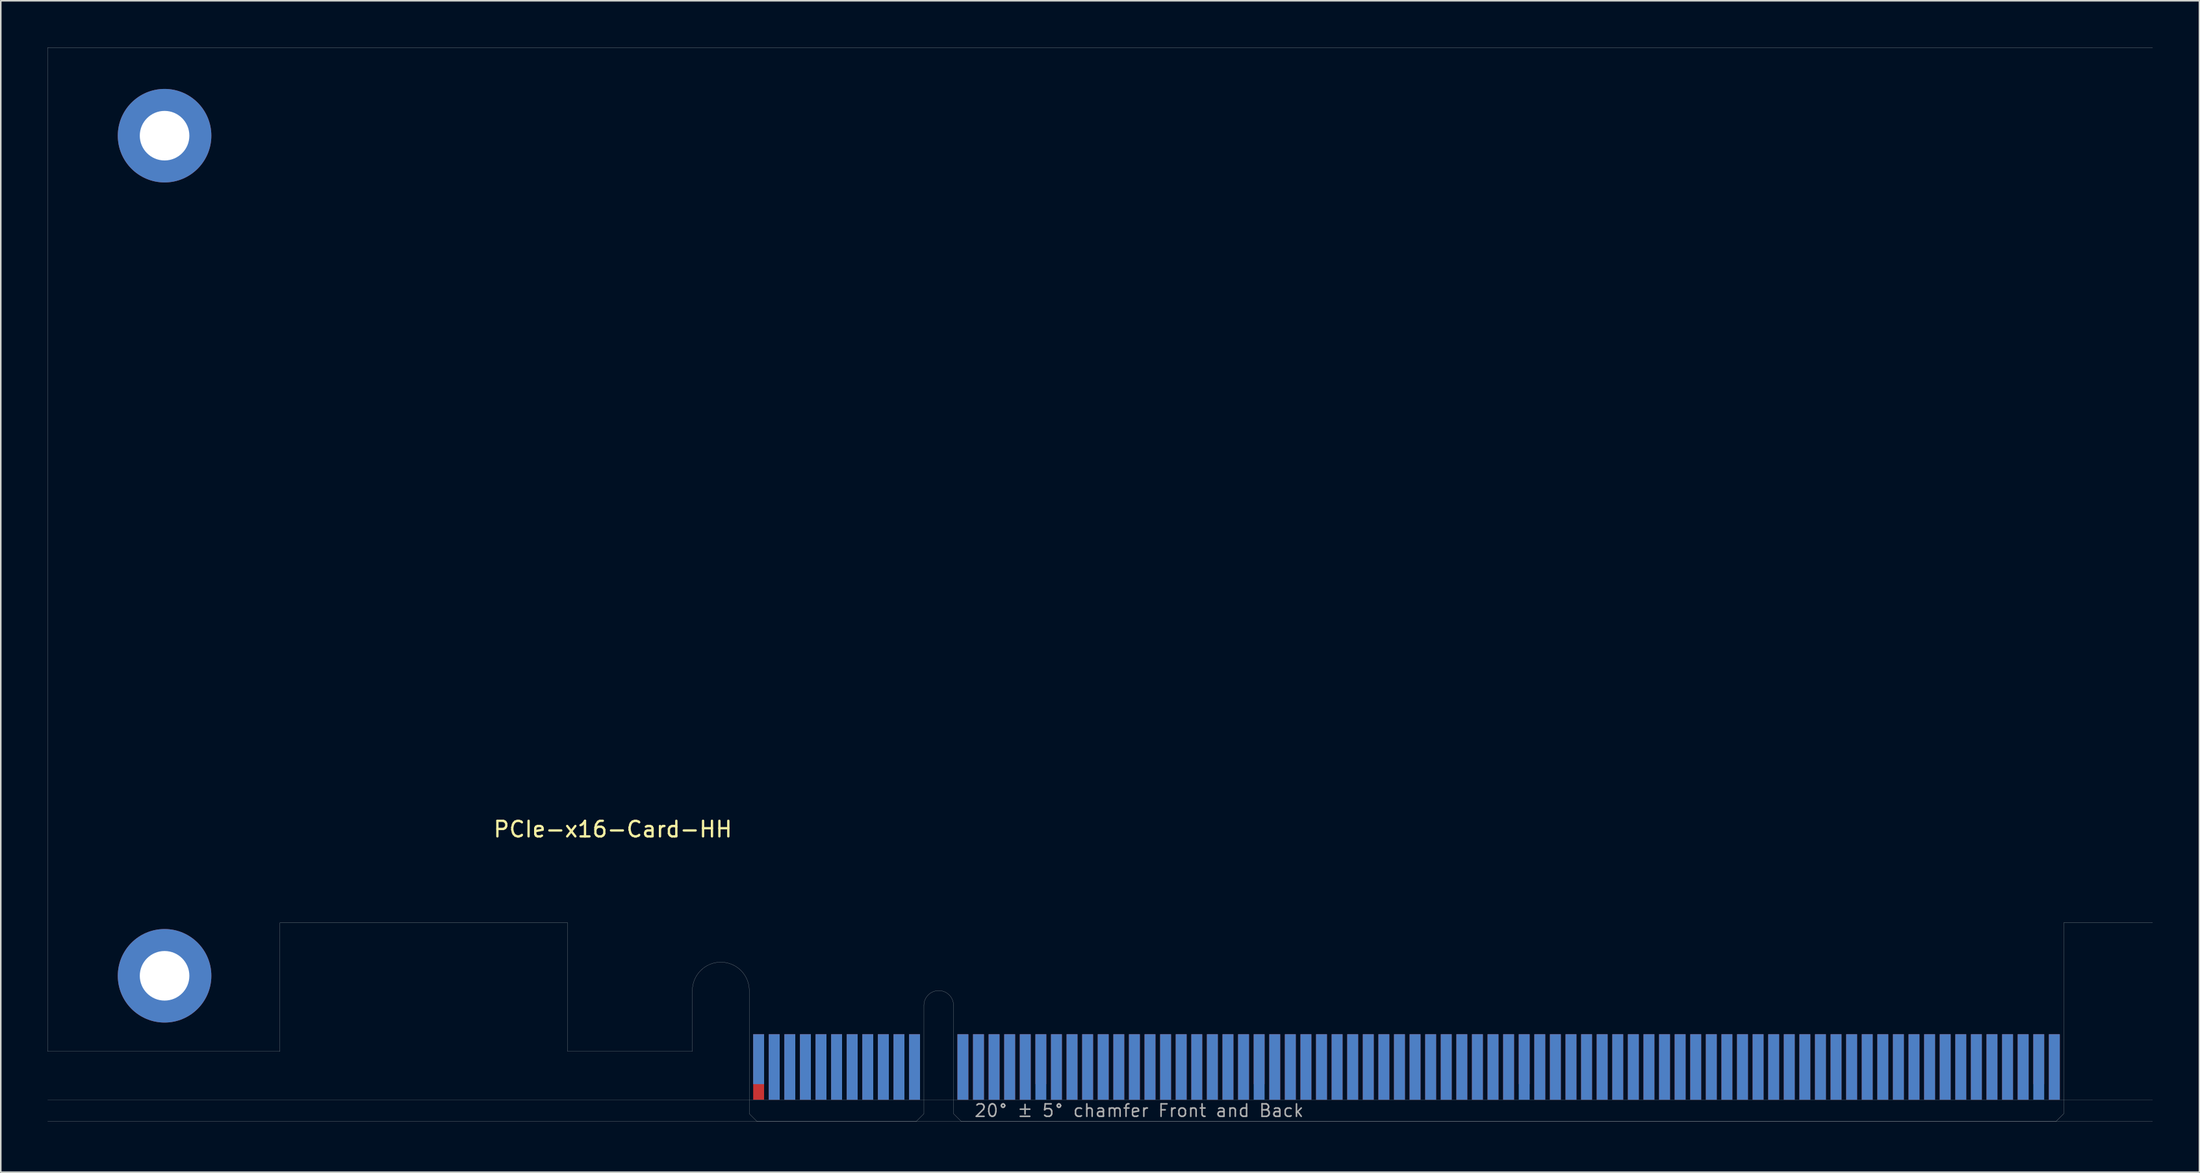
<source format=kicad_pcb>
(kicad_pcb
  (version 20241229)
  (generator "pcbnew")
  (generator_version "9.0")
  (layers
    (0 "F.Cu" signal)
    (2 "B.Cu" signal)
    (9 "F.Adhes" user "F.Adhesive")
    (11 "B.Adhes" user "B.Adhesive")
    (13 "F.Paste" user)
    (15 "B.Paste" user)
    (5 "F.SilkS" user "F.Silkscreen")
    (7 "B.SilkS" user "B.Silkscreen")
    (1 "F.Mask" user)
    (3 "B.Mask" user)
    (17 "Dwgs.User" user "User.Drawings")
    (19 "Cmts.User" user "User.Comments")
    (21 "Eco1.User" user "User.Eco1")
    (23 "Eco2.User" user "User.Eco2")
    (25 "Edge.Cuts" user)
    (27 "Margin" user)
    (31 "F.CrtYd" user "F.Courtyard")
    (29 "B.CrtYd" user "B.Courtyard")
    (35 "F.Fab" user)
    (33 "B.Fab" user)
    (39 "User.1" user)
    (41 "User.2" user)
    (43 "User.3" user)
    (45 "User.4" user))
  (footprint "PCIe-x16-Card-HH"
    (layer "F.Cu")
    (at 45.005 68.905)
    (property "Reference" "PCIe-x16-Card-HH" (at -8.75 -18.75 0) (layer "F.SilkS") (effects (font (size 1 1) (thickness 0.15))))
    (attr smd)
    (fp_poly (pts (xy -3.65 -4.5) (xy -11.65 -4.5) (xy -11.65 -7.95) (xy -3.65 -7.95)) (stroke (width 0.1) (type solid)) (fill yes) (layer "F.Mask"))
    (fp_poly (pts (xy 11.2 -5.45) (xy 0 -5.45) (xy 0 0) (xy 11.2 0)) (stroke (width 0.1) (type solid)) (fill yes) (layer "F.Mask"))
    (fp_poly (pts (xy 84.3 -5.45) (xy 13.1 -5.45) (xy 13.1 0) (xy 84.3 0)) (stroke (width 0.1) (type solid)) (fill yes) (layer "F.Mask"))
    (fp_poly (pts (xy -3.65 -7.95) (xy -11.65 -7.95) (xy -11.65 -4.5) (xy -3.65 -4.5)) (stroke (width 0.1) (type solid)) (fill yes) (layer "B.Mask"))
    (fp_poly (pts (xy 11.2 0) (xy 0 0) (xy 0 -5.45) (xy 11.2 -5.45)) (stroke (width 0.1) (type solid)) (fill yes) (layer "B.Mask"))
    (fp_poly (pts (xy 84.3 -5.45) (xy 13.1 -5.45) (xy 13.1 0) (xy 84.3 0)) (stroke (width 0.1) (type solid)) (fill yes) (layer "B.Mask"))
    (fp_line (start -45 -68.9) (end 90 -68.9) (stroke (width 0.01) (type solid)) (layer "Edge.Cuts"))
    (fp_line (start -45 -4.5) (end -45 -68.9) (stroke (width 0.01) (type solid)) (layer "Edge.Cuts"))
    (fp_line (start -30.1 -12.75) (end -30.1 -4.5) (stroke (width 0.01) (type solid)) (layer "Edge.Cuts"))
    (fp_line (start -30.1 -4.5) (end -45 -4.5) (stroke (width 0.01) (type solid)) (layer "Edge.Cuts"))
    (fp_line (start -11.65 -12.75) (end -30.1 -12.75) (stroke (width 0.01) (type solid)) (layer "Edge.Cuts"))
    (fp_line (start -11.65 -4.5) (end -11.65 -12.75) (stroke (width 0.01) (type solid)) (layer "Edge.Cuts"))
    (fp_line (start -3.65 -4.5) (end -11.65 -4.5) (stroke (width 0.01) (type solid)) (layer "Edge.Cuts"))
    (fp_line (start -3.65 -4.5) (end -3.65 -8.4) (stroke (width 0.01) (type solid)) (layer "Edge.Cuts"))
    (fp_line (start 0 -0.5) (end 0 -8.4) (stroke (width 0.01) (type solid)) (layer "Edge.Cuts"))
    (fp_line (start 0.5 0) (end 0 -0.5) (stroke (width 0.01) (type solid)) (layer "Edge.Cuts"))
    (fp_line (start 0.5 0) (end 10.7 0) (stroke (width 0.01) (type solid)) (layer "Edge.Cuts"))
    (fp_line (start 10.7 0) (end 11.2 -0.5) (stroke (width 0.01) (type solid)) (layer "Edge.Cuts"))
    (fp_line (start 11.2 -0.5) (end 11.2 -7.45) (stroke (width 0.01) (type solid)) (layer "Edge.Cuts"))
    (fp_line (start 13.1 -0.5) (end 13.1 -7.45) (stroke (width 0.01) (type solid)) (layer "Edge.Cuts"))
    (fp_line (start 13.6 0) (end 13.1 -0.5) (stroke (width 0.01) (type solid)) (layer "Edge.Cuts"))
    (fp_line (start 83.8 0) (end 13.6 0) (stroke (width 0.01) (type solid)) (layer "Edge.Cuts"))
    (fp_line (start 83.8 0) (end 84.3 -0.5) (stroke (width 0.01) (type solid)) (layer "Edge.Cuts"))
    (fp_line (start 84.3 -12.75) (end 90 -12.75) (stroke (width 0.01) (type solid)) (layer "Edge.Cuts"))
    (fp_line (start 84.3 -0.5) (end 84.3 -12.75) (stroke (width 0.01) (type solid)) (layer "Edge.Cuts"))
    (fp_arc (start -3.65 -8.4) (mid -1.825 -10.225) (end 0 -8.4) (stroke (width 0.01) (type solid)) (layer "Edge.Cuts"))
    (fp_arc (start 11.2 -7.45) (mid 12.15 -8.4) (end 13.1 -7.45) (stroke (width 0.01) (type solid)) (layer "Edge.Cuts"))
    (fp_line (start -45 -1.4) (end 90 -1.4) (stroke (width 0.01) (type solid)) (layer "F.Fab"))
    (fp_line (start -45 0) (end 90 0) (stroke (width 0.01) (type solid)) (layer "F.Fab"))
    (fp_text user "20° ± 5° chamfer Front and Back" (at 25 -0.7 0) (layer "F.Fab") (effects (font (size 0.8 0.8) (thickness 0.1))))
    (pad "A1" smd rect (at 0.6 -4) (size 0.7 3.2) (layers "B.Cu"))
    (pad "A2" smd rect (at 1.6 -3.5) (size 0.7 4.2) (layers "B.Cu"))
    (pad "A3" smd rect (at 2.6 -3.5) (size 0.7 4.2) (layers "B.Cu"))
    (pad "A4" smd rect (at 3.6 -3.5) (size 0.7 4.2) (layers "B.Cu"))
    (pad "A5" smd rect (at 4.6 -3.5) (size 0.7 4.2) (layers "B.Cu"))
    (pad "A6" smd rect (at 5.6 -3.5) (size 0.7 4.2) (layers "B.Cu"))
    (pad "A7" smd rect (at 6.6 -3.5) (size 0.7 4.2) (layers "B.Cu"))
    (pad "A8" smd rect (at 7.6 -3.5) (size 0.7 4.2) (layers "B.Cu"))
    (pad "A9" smd rect (at 8.6 -3.5) (size 0.7 4.2) (layers "B.Cu"))
    (pad "A10" smd rect (at 9.6 -3.5) (size 0.7 4.2) (layers "B.Cu"))
    (pad "A11" smd rect (at 10.6 -3.5) (size 0.7 4.2) (layers "B.Cu"))
    (pad "A12" smd rect (at 13.7 -3.5) (size 0.7 4.2) (layers "B.Cu"))
    (pad "A13" smd rect (at 14.7 -3.5) (size 0.7 4.2) (layers "B.Cu"))
    (pad "A14" smd rect (at 15.7 -3.5) (size 0.7 4.2) (layers "B.Cu"))
    (pad "A15" smd rect (at 16.7 -3.5) (size 0.7 4.2) (layers "B.Cu"))
    (pad "A16" smd rect (at 17.7 -3.5) (size 0.7 4.2) (layers "B.Cu"))
    (pad "A17" smd rect (at 18.7 -3.5) (size 0.7 4.2) (layers "B.Cu"))
    (pad "A18" smd rect (at 19.7 -3.5) (size 0.7 4.2) (layers "B.Cu"))
    (pad "A19" smd rect (at 20.7 -3.5) (size 0.7 4.2) (layers "B.Cu"))
    (pad "A20" smd rect (at 21.7 -3.5) (size 0.7 4.2) (layers "B.Cu"))
    (pad "A21" smd rect (at 22.7 -3.5) (size 0.7 4.2) (layers "B.Cu"))
    (pad "A22" smd rect (at 23.7 -3.5) (size 0.7 4.2) (layers "B.Cu"))
    (pad "A23" smd rect (at 24.7 -3.5) (size 0.7 4.2) (layers "B.Cu"))
    (pad "A24" smd rect (at 25.7 -3.5) (size 0.7 4.2) (layers "B.Cu"))
    (pad "A25" smd rect (at 26.7 -3.5) (size 0.7 4.2) (layers "B.Cu"))
    (pad "A26" smd rect (at 27.7 -3.5) (size 0.7 4.2) (layers "B.Cu"))
    (pad "A27" smd rect (at 28.7 -3.5) (size 0.7 4.2) (layers "B.Cu"))
    (pad "A28" smd rect (at 29.7 -3.5) (size 0.7 4.2) (layers "B.Cu"))
    (pad "A29" smd rect (at 30.7 -3.5) (size 0.7 4.2) (layers "B.Cu"))
    (pad "A30" smd rect (at 31.7 -3.5) (size 0.7 4.2) (layers "B.Cu"))
    (pad "A31" smd rect (at 32.7 -3.5) (size 0.7 4.2) (layers "B.Cu"))
    (pad "A32" smd rect (at 33.7 -3.5) (size 0.7 4.2) (layers "B.Cu"))
    (pad "A33" smd rect (at 34.7 -3.5) (size 0.7 4.2) (layers "B.Cu"))
    (pad "A34" smd rect (at 35.7 -3.5) (size 0.7 4.2) (layers "B.Cu"))
    (pad "A35" smd rect (at 36.7 -3.5) (size 0.7 4.2) (layers "B.Cu"))
    (pad "A36" smd rect (at 37.7 -3.5) (size 0.7 4.2) (layers "B.Cu"))
    (pad "A37" smd rect (at 38.7 -3.5) (size 0.7 4.2) (layers "B.Cu"))
    (pad "A38" smd rect (at 39.7 -3.5) (size 0.7 4.2) (layers "B.Cu"))
    (pad "A39" smd rect (at 40.7 -3.5) (size 0.7 4.2) (layers "B.Cu"))
    (pad "A40" smd rect (at 41.7 -3.5) (size 0.7 4.2) (layers "B.Cu"))
    (pad "A41" smd rect (at 42.7 -3.5) (size 0.7 4.2) (layers "B.Cu"))
    (pad "A42" smd rect (at 43.7 -3.5) (size 0.7 4.2) (layers "B.Cu"))
    (pad "A43" smd rect (at 44.7 -3.5) (size 0.7 4.2) (layers "B.Cu"))
    (pad "A44" smd rect (at 45.7 -3.5) (size 0.7 4.2) (layers "B.Cu"))
    (pad "A45" smd rect (at 46.7 -3.5) (size 0.7 4.2) (layers "B.Cu"))
    (pad "A46" smd rect (at 47.7 -3.5) (size 0.7 4.2) (layers "B.Cu"))
    (pad "A47" smd rect (at 48.7 -3.5) (size 0.7 4.2) (layers "B.Cu"))
    (pad "A48" smd rect (at 49.7 -3.5) (size 0.7 4.2) (layers "B.Cu"))
    (pad "A49" smd rect (at 50.7 -3.5) (size 0.7 4.2) (layers "B.Cu"))
    (pad "A50" smd rect (at 51.7 -3.5) (size 0.7 4.2) (layers "B.Cu"))
    (pad "A51" smd rect (at 52.7 -3.5) (size 0.7 4.2) (layers "B.Cu"))
    (pad "A52" smd rect (at 53.7 -3.5) (size 0.7 4.2) (layers "B.Cu"))
    (pad "A53" smd rect (at 54.7 -3.5) (size 0.7 4.2) (layers "B.Cu"))
    (pad "A54" smd rect (at 55.7 -3.5) (size 0.7 4.2) (layers "B.Cu"))
    (pad "A55" smd rect (at 56.7 -3.5) (size 0.7 4.2) (layers "B.Cu"))
    (pad "A56" smd rect (at 57.7 -3.5) (size 0.7 4.2) (layers "B.Cu"))
    (pad "A57" smd rect (at 58.7 -3.5) (size 0.7 4.2) (layers "B.Cu"))
    (pad "A58" smd rect (at 59.7 -3.5) (size 0.7 4.2) (layers "B.Cu"))
    (pad "A59" smd rect (at 60.7 -3.5) (size 0.7 4.2) (layers "B.Cu"))
    (pad "A60" smd rect (at 61.7 -3.5) (size 0.7 4.2) (layers "B.Cu"))
    (pad "A61" smd rect (at 62.7 -3.5) (size 0.7 4.2) (layers "B.Cu"))
    (pad "A62" smd rect (at 63.7 -3.5) (size 0.7 4.2) (layers "B.Cu"))
    (pad "A63" smd rect (at 64.7 -3.5) (size 0.7 4.2) (layers "B.Cu"))
    (pad "A64" smd rect (at 65.7 -3.5) (size 0.7 4.2) (layers "B.Cu"))
    (pad "A65" smd rect (at 66.7 -3.5) (size 0.7 4.2) (layers "B.Cu"))
    (pad "A66" smd rect (at 67.7 -3.5) (size 0.7 4.2) (layers "B.Cu"))
    (pad "A67" smd rect (at 68.7 -3.5) (size 0.7 4.2) (layers "B.Cu"))
    (pad "A68" smd rect (at 69.7 -3.5) (size 0.7 4.2) (layers "B.Cu"))
    (pad "A69" smd rect (at 70.7 -3.5) (size 0.7 4.2) (layers "B.Cu"))
    (pad "A70" smd rect (at 71.7 -3.5) (size 0.7 4.2) (layers "B.Cu"))
    (pad "A71" smd rect (at 72.7 -3.5) (size 0.7 4.2) (layers "B.Cu"))
    (pad "A72" smd rect (at 73.7 -3.5) (size 0.7 4.2) (layers "B.Cu"))
    (pad "A73" smd rect (at 74.7 -3.5) (size 0.7 4.2) (layers "B.Cu"))
    (pad "A74" smd rect (at 75.7 -3.5) (size 0.7 4.2) (layers "B.Cu"))
    (pad "A75" smd rect (at 76.7 -3.5) (size 0.7 4.2) (layers "B.Cu"))
    (pad "A76" smd rect (at 77.7 -3.5) (size 0.7 4.2) (layers "B.Cu"))
    (pad "A77" smd rect (at 78.7 -3.5) (size 0.7 4.2) (layers "B.Cu"))
    (pad "A78" smd rect (at 79.7 -3.5) (size 0.7 4.2) (layers "B.Cu"))
    (pad "A79" smd rect (at 80.7 -3.5) (size 0.7 4.2) (layers "B.Cu"))
    (pad "A80" smd rect (at 81.7 -3.5) (size 0.7 4.2) (layers "B.Cu"))
    (pad "A81" smd rect (at 82.7 -3.5) (size 0.7 4.2) (layers "B.Cu"))
    (pad "A82" smd rect (at 83.7 -3.5) (size 0.7 4.2) (layers "B.Cu"))
    (pad "B1" smd rect (at 0.6 -3.5) (size 0.7 4.2) (layers "F.Cu"))
    (pad "B2" smd rect (at 1.6 -3.5) (size 0.7 4.2) (layers "F.Cu"))
    (pad "B3" smd rect (at 2.6 -3.5) (size 0.7 4.2) (layers "F.Cu"))
    (pad "B4" smd rect (at 3.6 -3.5) (size 0.7 4.2) (layers "F.Cu"))
    (pad "B5" smd rect (at 4.6 -3.5) (size 0.7 4.2) (layers "F.Cu"))
    (pad "B6" smd rect (at 5.6 -3.5) (size 0.7 4.2) (layers "F.Cu"))
    (pad "B7" smd rect (at 6.6 -3.5) (size 0.7 4.2) (layers "F.Cu"))
    (pad "B8" smd rect (at 7.6 -3.5) (size 0.7 4.2) (layers "F.Cu"))
    (pad "B9" smd rect (at 8.6 -3.5) (size 0.7 4.2) (layers "F.Cu"))
    (pad "B10" smd rect (at 9.6 -3.5) (size 0.7 4.2) (layers "F.Cu"))
    (pad "B11" smd rect (at 10.6 -3.5) (size 0.7 4.2) (layers "F.Cu"))
    (pad "B12" smd rect (at 13.7 -3.5) (size 0.7 4.2) (layers "F.Cu"))
    (pad "B13" smd rect (at 14.7 -3.5) (size 0.7 4.2) (layers "F.Cu"))
    (pad "B14" smd rect (at 15.7 -3.5) (size 0.7 4.2) (layers "F.Cu"))
    (pad "B15" smd rect (at 16.7 -3.5) (size 0.7 4.2) (layers "F.Cu"))
    (pad "B16" smd rect (at 17.7 -3.5) (size 0.7 4.2) (layers "F.Cu"))
    (pad "B17" smd rect (at 18.7 -4) (size 0.7 3.2) (layers "F.Cu"))
    (pad "B18" smd rect (at 19.7 -3.5) (size 0.7 4.2) (layers "F.Cu"))
    (pad "B19" smd rect (at 20.7 -3.5) (size 0.7 4.2) (layers "F.Cu"))
    (pad "B20" smd rect (at 21.7 -3.5) (size 0.7 4.2) (layers "F.Cu"))
    (pad "B21" smd rect (at 22.7 -3.5) (size 0.7 4.2) (layers "F.Cu"))
    (pad "B22" smd rect (at 23.7 -3.5) (size 0.7 4.2) (layers "F.Cu"))
    (pad "B23" smd rect (at 24.7 -3.5) (size 0.7 4.2) (layers "F.Cu"))
    (pad "B24" smd rect (at 25.7 -3.5) (size 0.7 4.2) (layers "F.Cu"))
    (pad "B25" smd rect (at 26.7 -3.5) (size 0.7 4.2) (layers "F.Cu"))
    (pad "B26" smd rect (at 27.7 -3.5) (size 0.7 4.2) (layers "F.Cu"))
    (pad "B27" smd rect (at 28.7 -3.5) (size 0.7 4.2) (layers "F.Cu"))
    (pad "B28" smd rect (at 29.7 -3.5) (size 0.7 4.2) (layers "F.Cu"))
    (pad "B29" smd rect (at 30.7 -3.5) (size 0.7 4.2) (layers "F.Cu"))
    (pad "B30" smd rect (at 31.7 -3.5) (size 0.7 4.2) (layers "F.Cu"))
    (pad "B31" smd rect (at 32.7 -4) (size 0.7 3.2) (layers "F.Cu"))
    (pad "B32" smd rect (at 33.7 -3.5) (size 0.7 4.2) (layers "F.Cu"))
    (pad "B33" smd rect (at 34.7 -3.5) (size 0.7 4.2) (layers "F.Cu"))
    (pad "B34" smd rect (at 35.7 -3.5) (size 0.7 4.2) (layers "F.Cu"))
    (pad "B35" smd rect (at 36.7 -3.5) (size 0.7 4.2) (layers "F.Cu"))
    (pad "B36" smd rect (at 37.7 -3.5) (size 0.7 4.2) (layers "F.Cu"))
    (pad "B37" smd rect (at 38.7 -3.5) (size 0.7 4.2) (layers "F.Cu"))
    (pad "B38" smd rect (at 39.7 -3.5) (size 0.7 4.2) (layers "F.Cu"))
    (pad "B39" smd rect (at 40.7 -3.5) (size 0.7 4.2) (layers "F.Cu"))
    (pad "B40" smd rect (at 41.7 -3.5) (size 0.7 4.2) (layers "F.Cu"))
    (pad "B41" smd rect (at 42.7 -3.5) (size 0.7 4.2) (layers "F.Cu"))
    (pad "B42" smd rect (at 43.7 -3.5) (size 0.7 4.2) (layers "F.Cu"))
    (pad "B43" smd rect (at 44.7 -3.5) (size 0.7 4.2) (layers "F.Cu"))
    (pad "B44" smd rect (at 45.7 -3.5) (size 0.7 4.2) (layers "F.Cu"))
    (pad "B45" smd rect (at 46.7 -3.5) (size 0.7 4.2) (layers "F.Cu"))
    (pad "B46" smd rect (at 47.7 -3.5) (size 0.7 4.2) (layers "F.Cu"))
    (pad "B47" smd rect (at 48.7 -3.5) (size 0.7 4.2) (layers "F.Cu"))
    (pad "B48" smd rect (at 49.7 -4) (size 0.7 3.2) (layers "F.Cu"))
    (pad "B49" smd rect (at 50.7 -3.5) (size 0.7 4.2) (layers "F.Cu"))
    (pad "B50" smd rect (at 51.7 -3.5) (size 0.7 4.2) (layers "F.Cu"))
    (pad "B51" smd rect (at 52.7 -3.5) (size 0.7 4.2) (layers "F.Cu"))
    (pad "B52" smd rect (at 53.7 -3.5) (size 0.7 4.2) (layers "F.Cu"))
    (pad "B53" smd rect (at 54.7 -3.5) (size 0.7 4.2) (layers "F.Cu"))
    (pad "B54" smd rect (at 55.7 -3.5) (size 0.7 4.2) (layers "F.Cu"))
    (pad "B55" smd rect (at 56.7 -3.5) (size 0.7 4.2) (layers "F.Cu"))
    (pad "B56" smd rect (at 57.7 -3.5) (size 0.7 4.2) (layers "F.Cu"))
    (pad "B57" smd rect (at 58.7 -3.5) (size 0.7 4.2) (layers "F.Cu"))
    (pad "B58" smd rect (at 59.7 -3.5) (size 0.7 4.2) (layers "F.Cu"))
    (pad "B59" smd rect (at 60.7 -3.5) (size 0.7 4.2) (layers "F.Cu"))
    (pad "B60" smd rect (at 61.7 -3.5) (size 0.7 4.2) (layers "F.Cu"))
    (pad "B61" smd rect (at 62.7 -3.5) (size 0.7 4.2) (layers "F.Cu"))
    (pad "B62" smd rect (at 63.7 -3.5) (size 0.7 4.2) (layers "F.Cu"))
    (pad "B63" smd rect (at 64.7 -3.5) (size 0.7 4.2) (layers "F.Cu"))
    (pad "B64" smd rect (at 65.7 -3.5) (size 0.7 4.2) (layers "F.Cu"))
    (pad "B65" smd rect (at 66.7 -3.5) (size 0.7 4.2) (layers "F.Cu"))
    (pad "B66" smd rect (at 67.7 -3.5) (size 0.7 4.2) (layers "F.Cu"))
    (pad "B67" smd rect (at 68.7 -3.5) (size 0.7 4.2) (layers "F.Cu"))
    (pad "B68" smd rect (at 69.7 -3.5) (size 0.7 4.2) (layers "F.Cu"))
    (pad "B69" smd rect (at 70.7 -3.5) (size 0.7 4.2) (layers "F.Cu"))
    (pad "B70" smd rect (at 71.7 -3.5) (size 0.7 4.2) (layers "F.Cu"))
    (pad "B71" smd rect (at 72.7 -3.5) (size 0.7 4.2) (layers "F.Cu"))
    (pad "B72" smd rect (at 73.7 -3.5) (size 0.7 4.2) (layers "F.Cu"))
    (pad "B73" smd rect (at 74.7 -3.5) (size 0.7 4.2) (layers "F.Cu"))
    (pad "B74" smd rect (at 75.7 -3.5) (size 0.7 4.2) (layers "F.Cu"))
    (pad "B75" smd rect (at 76.7 -3.5) (size 0.7 4.2) (layers "F.Cu"))
    (pad "B76" smd rect (at 77.7 -3.5) (size 0.7 4.2) (layers "F.Cu"))
    (pad "B77" smd rect (at 78.7 -3.5) (size 0.7 4.2) (layers "F.Cu"))
    (pad "B78" smd rect (at 79.7 -3.5) (size 0.7 4.2) (layers "F.Cu"))
    (pad "B79" smd rect (at 80.7 -3.5) (size 0.7 4.2) (layers "F.Cu"))
    (pad "B80" smd rect (at 81.7 -3.5) (size 0.7 4.2) (layers "F.Cu"))
    (pad "B81" smd rect (at 82.7 -4) (size 0.7 3.2) (layers "F.Cu"))
    (pad "B82" smd rect (at 83.7 -3.5) (size 0.7 4.2) (layers "F.Cu"))
    (pad "G1" thru_hole circle (at -37.5 -63.25) (size 6 6) (drill 3.18) (layers "*.Cu" "*.Mask"))
    (pad "G2" thru_hole circle (at -37.5 -9.35) (size 6 6) (drill 3.18) (layers "*.Cu" "*.Mask")))
  (gr_rect
    (start -3 -3)
    (end 138.01 72.155)
    (stroke (width 0.1) (type default))
    (fill no)
    (layer "Edge.Cuts")))
</source>
